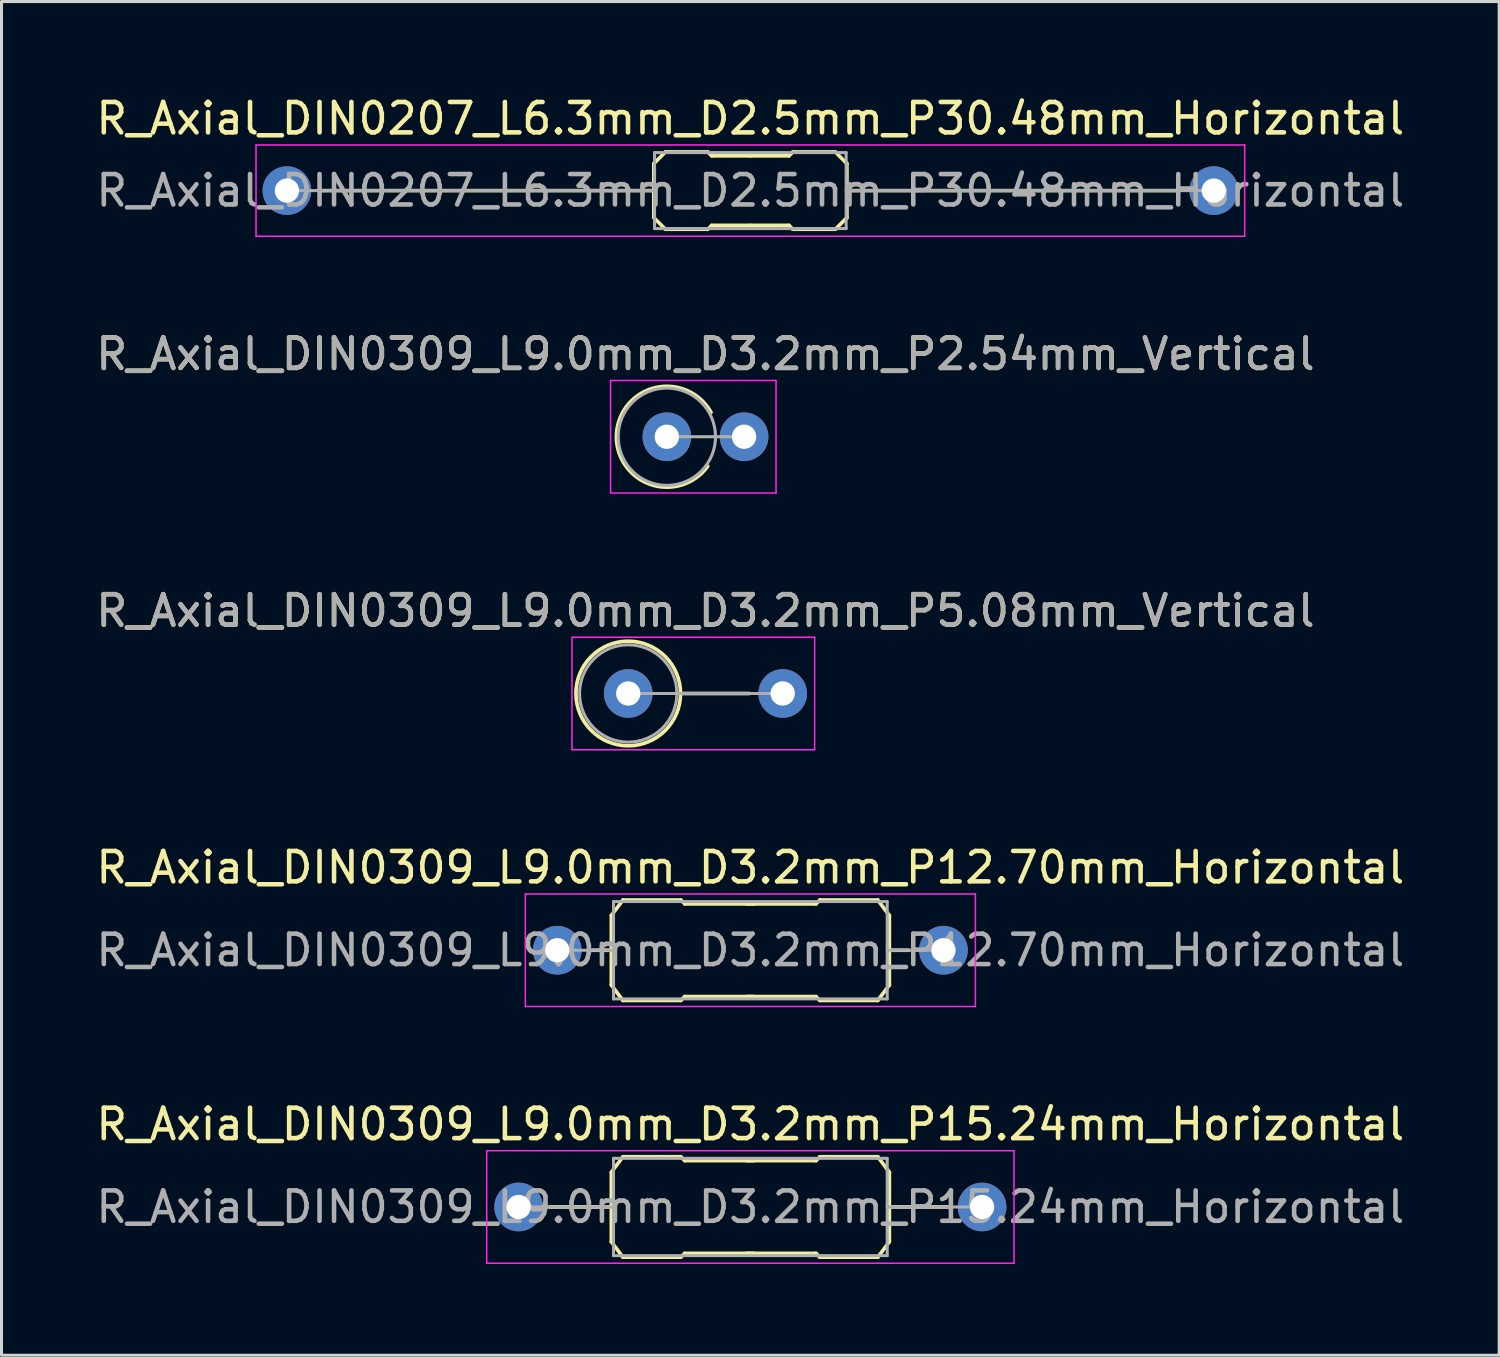
<source format=kicad_pcb>
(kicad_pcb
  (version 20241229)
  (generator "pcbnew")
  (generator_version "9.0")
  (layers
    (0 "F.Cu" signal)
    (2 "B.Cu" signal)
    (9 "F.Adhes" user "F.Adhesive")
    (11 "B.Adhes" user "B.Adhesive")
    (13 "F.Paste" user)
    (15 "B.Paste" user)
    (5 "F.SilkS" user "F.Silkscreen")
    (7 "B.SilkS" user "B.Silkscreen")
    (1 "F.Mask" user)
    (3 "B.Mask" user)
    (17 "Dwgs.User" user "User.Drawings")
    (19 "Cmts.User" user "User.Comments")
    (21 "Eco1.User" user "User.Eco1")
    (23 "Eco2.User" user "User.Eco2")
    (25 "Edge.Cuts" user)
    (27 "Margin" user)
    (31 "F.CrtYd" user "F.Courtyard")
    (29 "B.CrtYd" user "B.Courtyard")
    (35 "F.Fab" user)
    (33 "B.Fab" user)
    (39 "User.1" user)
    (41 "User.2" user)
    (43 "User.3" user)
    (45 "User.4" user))
  (footprint "R_Axial_DIN0207_L6.3mm_D2.5mm_P30.48mm_Horizontal"
    (layer "F.Cu")
    (at 14.005 3.218)
    (property "Reference" "R_Axial_DIN0207_L6.3mm_D2.5mm_P30.48mm_Horizontal" (at 7.62 -2.37 0) (layer "F.SilkS") (effects (font (size 1 1) (thickness 0.15))))
    (attr through_hole)
    (fp_line (start 4.445 -0.889) (end 4.445 0.889) (stroke (width 0.12) (type solid)) (layer "F.SilkS"))
    (fp_line (start 4.445 -0.889) (end 4.826 -1.27) (stroke (width 0.12) (type solid)) (layer "F.SilkS"))
    (fp_line (start 4.445 0) (end -6.477 0) (stroke (width 0.12) (type solid)) (layer "F.SilkS"))
    (fp_line (start 4.445 0.889) (end 4.826 1.27) (stroke (width 0.12) (type solid)) (layer "F.SilkS"))
    (fp_line (start 4.826 -1.27) (end 6.223 -1.27) (stroke (width 0.12) (type solid)) (layer "F.SilkS"))
    (fp_line (start 4.826 1.27) (end 6.223 1.27) (stroke (width 0.12) (type solid)) (layer "F.SilkS"))
    (fp_line (start 6.223 -1.27) (end 6.35 -1.143) (stroke (width 0.12) (type solid)) (layer "F.SilkS"))
    (fp_line (start 6.223 1.27) (end 6.35 1.143) (stroke (width 0.12) (type solid)) (layer "F.SilkS"))
    (fp_line (start 6.35 -1.143) (end 7.62 -1.143) (stroke (width 0.12) (type solid)) (layer "F.SilkS"))
    (fp_line (start 6.35 1.143) (end 7.62 1.143) (stroke (width 0.12) (type solid)) (layer "F.SilkS"))
    (fp_line (start 8.89 -1.143) (end 7.62 -1.143) (stroke (width 0.12) (type solid)) (layer "F.SilkS"))
    (fp_line (start 8.89 1.143) (end 7.62 1.143) (stroke (width 0.12) (type solid)) (layer "F.SilkS"))
    (fp_line (start 9.017 -1.27) (end 8.89 -1.143) (stroke (width 0.12) (type solid)) (layer "F.SilkS"))
    (fp_line (start 9.017 1.27) (end 8.89 1.143) (stroke (width 0.12) (type solid)) (layer "F.SilkS"))
    (fp_line (start 10.414 -1.27) (end 9.017 -1.27) (stroke (width 0.12) (type solid)) (layer "F.SilkS"))
    (fp_line (start 10.414 1.27) (end 9.017 1.27) (stroke (width 0.12) (type solid)) (layer "F.SilkS"))
    (fp_line (start 10.795 -0.889) (end 10.414 -1.27) (stroke (width 0.12) (type solid)) (layer "F.SilkS"))
    (fp_line (start 10.795 -0.889) (end 10.795 0.889) (stroke (width 0.12) (type solid)) (layer "F.SilkS"))
    (fp_line (start 10.795 0) (end 21.717 0) (stroke (width 0.12) (type solid)) (layer "F.SilkS"))
    (fp_line (start 10.795 0.889) (end 10.414 1.27) (stroke (width 0.12) (type solid)) (layer "F.SilkS"))
    (fp_line (start -8.636 -1.5) (end -8.636 1.5) (stroke (width 0.05) (type solid)) (layer "F.CrtYd"))
    (fp_line (start -8.636 1.5) (end 23.876 1.5) (stroke (width 0.05) (type solid)) (layer "F.CrtYd"))
    (fp_line (start 23.876 -1.5) (end -8.636 -1.5) (stroke (width 0.05) (type solid)) (layer "F.CrtYd"))
    (fp_line (start 23.876 1.5) (end 23.876 -1.5) (stroke (width 0.05) (type solid)) (layer "F.CrtYd"))
    (fp_line (start -7.62 0) (end 4.47 0) (stroke (width 0.1) (type solid)) (layer "F.Fab"))
    (fp_line (start 4.47 -1.25) (end 4.47 1.25) (stroke (width 0.1) (type solid)) (layer "F.Fab"))
    (fp_line (start 4.47 1.25) (end 10.77 1.25) (stroke (width 0.1) (type solid)) (layer "F.Fab"))
    (fp_line (start 10.77 -1.25) (end 4.47 -1.25) (stroke (width 0.1) (type solid)) (layer "F.Fab"))
    (fp_line (start 10.77 1.25) (end 10.77 -1.25) (stroke (width 0.1) (type solid)) (layer "F.Fab"))
    (fp_line (start 22.86 0) (end 10.77 0) (stroke (width 0.1) (type solid)) (layer "F.Fab"))
    (fp_text user "${REFERENCE}" (at 7.62 0 0) (layer "F.Fab") (effects (font (size 1 1) (thickness 0.15))))
    (pad "1" thru_hole circle (at -7.62 0) (size 1.6 1.6) (drill 0.8) (layers "*.Cu" "*.Mask"))
    (pad "2" thru_hole oval (at 22.86 0) (size 1.6 1.6) (drill 0.8) (layers "*.Cu" "*.Mask")))
  (footprint "R_Axial_DIN0309_L9.0mm_D3.2mm_P5.08mm_Vertical"
    (layer "F.Cu")
    (at 17.609 19.755)
    (property "Reference" "R_Axial_DIN0309_L9.0mm_D3.2mm_P5.08mm_Vertical" (at 2.54 -2.72 0) (layer "F.SilkS") (effects (font (size 1 1) (thickness 0.15))))
    (attr through_hole)
    (fp_line (start 1.72 0) (end 3.98 0) (stroke (width 0.12) (type solid)) (layer "F.SilkS"))
    (fp_circle (center 0 0) (end 1.72 0) (stroke (width 0.12) (type solid)) (fill no) (layer "F.SilkS"))
    (fp_line (start -1.85 -1.85) (end -1.85 1.85) (stroke (width 0.05) (type solid)) (layer "F.CrtYd"))
    (fp_line (start -1.85 1.85) (end 6.13 1.85) (stroke (width 0.05) (type solid)) (layer "F.CrtYd"))
    (fp_line (start 6.13 -1.85) (end -1.85 -1.85) (stroke (width 0.05) (type solid)) (layer "F.CrtYd"))
    (fp_line (start 6.13 1.85) (end 6.13 -1.85) (stroke (width 0.05) (type solid)) (layer "F.CrtYd"))
    (fp_line (start 0 0) (end 5.08 0) (stroke (width 0.1) (type solid)) (layer "F.Fab"))
    (fp_circle (center 0 0) (end 1.6 0) (stroke (width 0.1) (type solid)) (fill no) (layer "F.Fab"))
    (fp_text user "${REFERENCE}" (at 2.54 -2.72 0) (layer "F.Fab") (effects (font (size 1 1) (thickness 0.15))))
    (pad "1" thru_hole circle (at 0 0) (size 1.6 1.6) (drill 0.8) (layers "*.Cu" "*.Mask"))
    (pad "2" thru_hole oval (at 5.08 0) (size 1.6 1.6) (drill 0.8) (layers "*.Cu" "*.Mask")))
  (footprint "R_Axial_DIN0309_L9.0mm_D3.2mm_P15.24mm_Horizontal"
    (layer "F.Cu")
    (at 14.005 36.641)
    (property "Reference" "R_Axial_DIN0309_L9.0mm_D3.2mm_P15.24mm_Horizontal" (at 7.62 -2.72 0) (layer "F.SilkS") (effects (font (size 1 1) (thickness 0.15))))
    (attr through_hole)
    (fp_line (start 3.048 -1.143) (end 3.429 -1.651) (stroke (width 0.12) (type solid)) (layer "F.SilkS"))
    (fp_line (start 3.048 0) (end 1.016 0) (stroke (width 0.12) (type solid)) (layer "F.SilkS"))
    (fp_line (start 3.048 1.143) (end 3.048 -1.143) (stroke (width 0.12) (type solid)) (layer "F.SilkS"))
    (fp_line (start 3.048 1.143) (end 3.429 1.651) (stroke (width 0.12) (type solid)) (layer "F.SilkS"))
    (fp_line (start 3.429 -1.651) (end 5.334 -1.651) (stroke (width 0.12) (type solid)) (layer "F.SilkS"))
    (fp_line (start 3.429 1.651) (end 5.334 1.651) (stroke (width 0.12) (type solid)) (layer "F.SilkS"))
    (fp_line (start 5.334 -1.651) (end 5.461 -1.524) (stroke (width 0.12) (type solid)) (layer "F.SilkS"))
    (fp_line (start 5.334 1.651) (end 5.461 1.524) (stroke (width 0.12) (type solid)) (layer "F.SilkS"))
    (fp_line (start 5.461 -1.524) (end 7.747 -1.524) (stroke (width 0.12) (type solid)) (layer "F.SilkS"))
    (fp_line (start 5.461 1.524) (end 7.747 1.524) (stroke (width 0.12) (type solid)) (layer "F.SilkS"))
    (fp_line (start 9.779 -1.524) (end 7.493 -1.524) (stroke (width 0.12) (type solid)) (layer "F.SilkS"))
    (fp_line (start 9.779 1.524) (end 7.493 1.524) (stroke (width 0.12) (type solid)) (layer "F.SilkS"))
    (fp_line (start 9.906 -1.651) (end 9.779 -1.524) (stroke (width 0.12) (type solid)) (layer "F.SilkS"))
    (fp_line (start 9.906 1.651) (end 9.779 1.524) (stroke (width 0.12) (type solid)) (layer "F.SilkS"))
    (fp_line (start 11.811 -1.651) (end 9.906 -1.651) (stroke (width 0.12) (type solid)) (layer "F.SilkS"))
    (fp_line (start 11.811 1.651) (end 9.906 1.651) (stroke (width 0.12) (type solid)) (layer "F.SilkS"))
    (fp_line (start 12.192 -1.143) (end 11.811 -1.651) (stroke (width 0.12) (type solid)) (layer "F.SilkS"))
    (fp_line (start 12.192 0) (end 14.224 0) (stroke (width 0.12) (type solid)) (layer "F.SilkS"))
    (fp_line (start 12.192 1.143) (end 11.811 1.651) (stroke (width 0.12) (type solid)) (layer "F.SilkS"))
    (fp_line (start 12.192 1.143) (end 12.192 -1.143) (stroke (width 0.12) (type solid)) (layer "F.SilkS"))
    (fp_line (start -1.05 -1.85) (end -1.05 1.85) (stroke (width 0.05) (type solid)) (layer "F.CrtYd"))
    (fp_line (start -1.05 1.85) (end 16.29 1.85) (stroke (width 0.05) (type solid)) (layer "F.CrtYd"))
    (fp_line (start 16.29 -1.85) (end -1.05 -1.85) (stroke (width 0.05) (type solid)) (layer "F.CrtYd"))
    (fp_line (start 16.29 1.85) (end 16.29 -1.85) (stroke (width 0.05) (type solid)) (layer "F.CrtYd"))
    (fp_line (start 0 0) (end 3.12 0) (stroke (width 0.1) (type solid)) (layer "F.Fab"))
    (fp_line (start 3.12 -1.6) (end 3.12 1.6) (stroke (width 0.1) (type solid)) (layer "F.Fab"))
    (fp_line (start 3.12 1.6) (end 12.12 1.6) (stroke (width 0.1) (type solid)) (layer "F.Fab"))
    (fp_line (start 12.12 -1.6) (end 3.12 -1.6) (stroke (width 0.1) (type solid)) (layer "F.Fab"))
    (fp_line (start 12.12 1.6) (end 12.12 -1.6) (stroke (width 0.1) (type solid)) (layer "F.Fab"))
    (fp_line (start 15.24 0) (end 12.12 0) (stroke (width 0.1) (type solid)) (layer "F.Fab"))
    (fp_text user "${REFERENCE}" (at 7.62 0 0) (layer "F.Fab") (effects (font (size 1 1) (thickness 0.15))))
    (pad "1" thru_hole circle (at 0 0) (size 1.6 1.6) (drill 0.8) (layers "*.Cu" "*.Mask"))
    (pad "2" thru_hole oval (at 15.24 0) (size 1.6 1.6) (drill 0.8) (layers "*.Cu" "*.Mask")))
  (footprint "R_Axial_DIN0309_L9.0mm_D3.2mm_P2.54mm_Vertical"
    (layer "F.Cu")
    (at 18.879 11.312)
    (property "Reference" "R_Axial_DIN0309_L9.0mm_D3.2mm_P2.54mm_Vertical" (at 1.27 -2.72 0) (layer "F.SilkS") (effects (font (size 1 1) (thickness 0.15))))
    (attr through_hole)
    (fp_arc (start 1.344775 0.97138) (mid -1.655812 -0.101418) (end 1.453272 -0.8) (stroke (width 0.12) (type solid)) (layer "F.SilkS"))
    (fp_line (start -1.85 -1.85) (end -1.85 1.85) (stroke (width 0.05) (type solid)) (layer "F.CrtYd"))
    (fp_line (start -1.85 1.85) (end 3.59 1.85) (stroke (width 0.05) (type solid)) (layer "F.CrtYd"))
    (fp_line (start 3.59 -1.85) (end -1.85 -1.85) (stroke (width 0.05) (type solid)) (layer "F.CrtYd"))
    (fp_line (start 3.59 1.85) (end 3.59 -1.85) (stroke (width 0.05) (type solid)) (layer "F.CrtYd"))
    (fp_line (start 0 0) (end 2.54 0) (stroke (width 0.1) (type solid)) (layer "F.Fab"))
    (fp_circle (center 0 0) (end 1.6 0) (stroke (width 0.1) (type solid)) (fill no) (layer "F.Fab"))
    (fp_text user "${REFERENCE}" (at 1.27 -2.72 0) (layer "F.Fab") (effects (font (size 1 1) (thickness 0.15))))
    (pad "1" thru_hole circle (at 0 0) (size 1.6 1.6) (drill 0.8) (layers "*.Cu" "*.Mask"))
    (pad "2" thru_hole oval (at 2.54 0) (size 1.6 1.6) (drill 0.8) (layers "*.Cu" "*.Mask")))
  (footprint "R_Axial_DIN0309_L9.0mm_D3.2mm_P12.70mm_Horizontal"
    (layer "F.Cu")
    (at 15.275 28.198)
    (property "Reference" "R_Axial_DIN0309_L9.0mm_D3.2mm_P12.70mm_Horizontal" (at 6.35 -2.72 0) (layer "F.SilkS") (effects (font (size 1 1) (thickness 0.15))))
    (attr through_hole)
    (fp_line (start 1.778 -1.143) (end 2.159 -1.651) (stroke (width 0.12) (type solid)) (layer "F.SilkS"))
    (fp_line (start 1.778 0) (end 1.143 0) (stroke (width 0.12) (type solid)) (layer "F.SilkS"))
    (fp_line (start 1.778 1.143) (end 1.778 -1.143) (stroke (width 0.12) (type solid)) (layer "F.SilkS"))
    (fp_line (start 1.778 1.143) (end 2.159 1.651) (stroke (width 0.12) (type solid)) (layer "F.SilkS"))
    (fp_line (start 2.159 -1.651) (end 4.064 -1.651) (stroke (width 0.12) (type solid)) (layer "F.SilkS"))
    (fp_line (start 2.159 1.651) (end 4.064 1.651) (stroke (width 0.12) (type solid)) (layer "F.SilkS"))
    (fp_line (start 4.064 -1.651) (end 4.191 -1.524) (stroke (width 0.12) (type solid)) (layer "F.SilkS"))
    (fp_line (start 4.064 1.651) (end 4.191 1.524) (stroke (width 0.12) (type solid)) (layer "F.SilkS"))
    (fp_line (start 4.191 -1.524) (end 6.477 -1.524) (stroke (width 0.12) (type solid)) (layer "F.SilkS"))
    (fp_line (start 4.191 1.524) (end 6.477 1.524) (stroke (width 0.12) (type solid)) (layer "F.SilkS"))
    (fp_line (start 8.509 -1.524) (end 6.223 -1.524) (stroke (width 0.12) (type solid)) (layer "F.SilkS"))
    (fp_line (start 8.509 1.524) (end 6.223 1.524) (stroke (width 0.12) (type solid)) (layer "F.SilkS"))
    (fp_line (start 8.636 -1.651) (end 8.509 -1.524) (stroke (width 0.12) (type solid)) (layer "F.SilkS"))
    (fp_line (start 8.636 1.651) (end 8.509 1.524) (stroke (width 0.12) (type solid)) (layer "F.SilkS"))
    (fp_line (start 10.541 -1.651) (end 8.636 -1.651) (stroke (width 0.12) (type solid)) (layer "F.SilkS"))
    (fp_line (start 10.541 1.651) (end 8.636 1.651) (stroke (width 0.12) (type solid)) (layer "F.SilkS"))
    (fp_line (start 10.922 -1.143) (end 10.541 -1.651) (stroke (width 0.12) (type solid)) (layer "F.SilkS"))
    (fp_line (start 10.922 0) (end 11.557 0) (stroke (width 0.12) (type solid)) (layer "F.SilkS"))
    (fp_line (start 10.922 1.143) (end 10.541 1.651) (stroke (width 0.12) (type solid)) (layer "F.SilkS"))
    (fp_line (start 10.922 1.143) (end 10.922 -1.143) (stroke (width 0.12) (type solid)) (layer "F.SilkS"))
    (fp_line (start -1.05 -1.85) (end -1.05 1.85) (stroke (width 0.05) (type solid)) (layer "F.CrtYd"))
    (fp_line (start -1.05 1.85) (end 13.75 1.85) (stroke (width 0.05) (type solid)) (layer "F.CrtYd"))
    (fp_line (start 13.75 -1.85) (end -1.05 -1.85) (stroke (width 0.05) (type solid)) (layer "F.CrtYd"))
    (fp_line (start 13.75 1.85) (end 13.75 -1.85) (stroke (width 0.05) (type solid)) (layer "F.CrtYd"))
    (fp_line (start 0 0) (end 1.85 0) (stroke (width 0.1) (type solid)) (layer "F.Fab"))
    (fp_line (start 1.85 -1.6) (end 1.85 1.6) (stroke (width 0.1) (type solid)) (layer "F.Fab"))
    (fp_line (start 1.85 1.6) (end 10.85 1.6) (stroke (width 0.1) (type solid)) (layer "F.Fab"))
    (fp_line (start 10.85 -1.6) (end 1.85 -1.6) (stroke (width 0.1) (type solid)) (layer "F.Fab"))
    (fp_line (start 10.85 1.6) (end 10.85 -1.6) (stroke (width 0.1) (type solid)) (layer "F.Fab"))
    (fp_line (start 12.7 0) (end 10.85 0) (stroke (width 0.1) (type solid)) (layer "F.Fab"))
    (fp_text user "${REFERENCE}" (at 6.35 0 0) (layer "F.Fab") (effects (font (size 1 1) (thickness 0.15))))
    (pad "1" thru_hole circle (at 0 0) (size 1.6 1.6) (drill 0.8) (layers "*.Cu" "*.Mask"))
    (pad "2" thru_hole oval (at 12.7 0) (size 1.6 1.6) (drill 0.8) (layers "*.Cu" "*.Mask")))
  (gr_rect
    (start -3 -3)
    (end 46.25 41.516)
    (stroke (width 0.1) (type default))
    (fill no)
    (layer "Edge.Cuts")))
</source>
